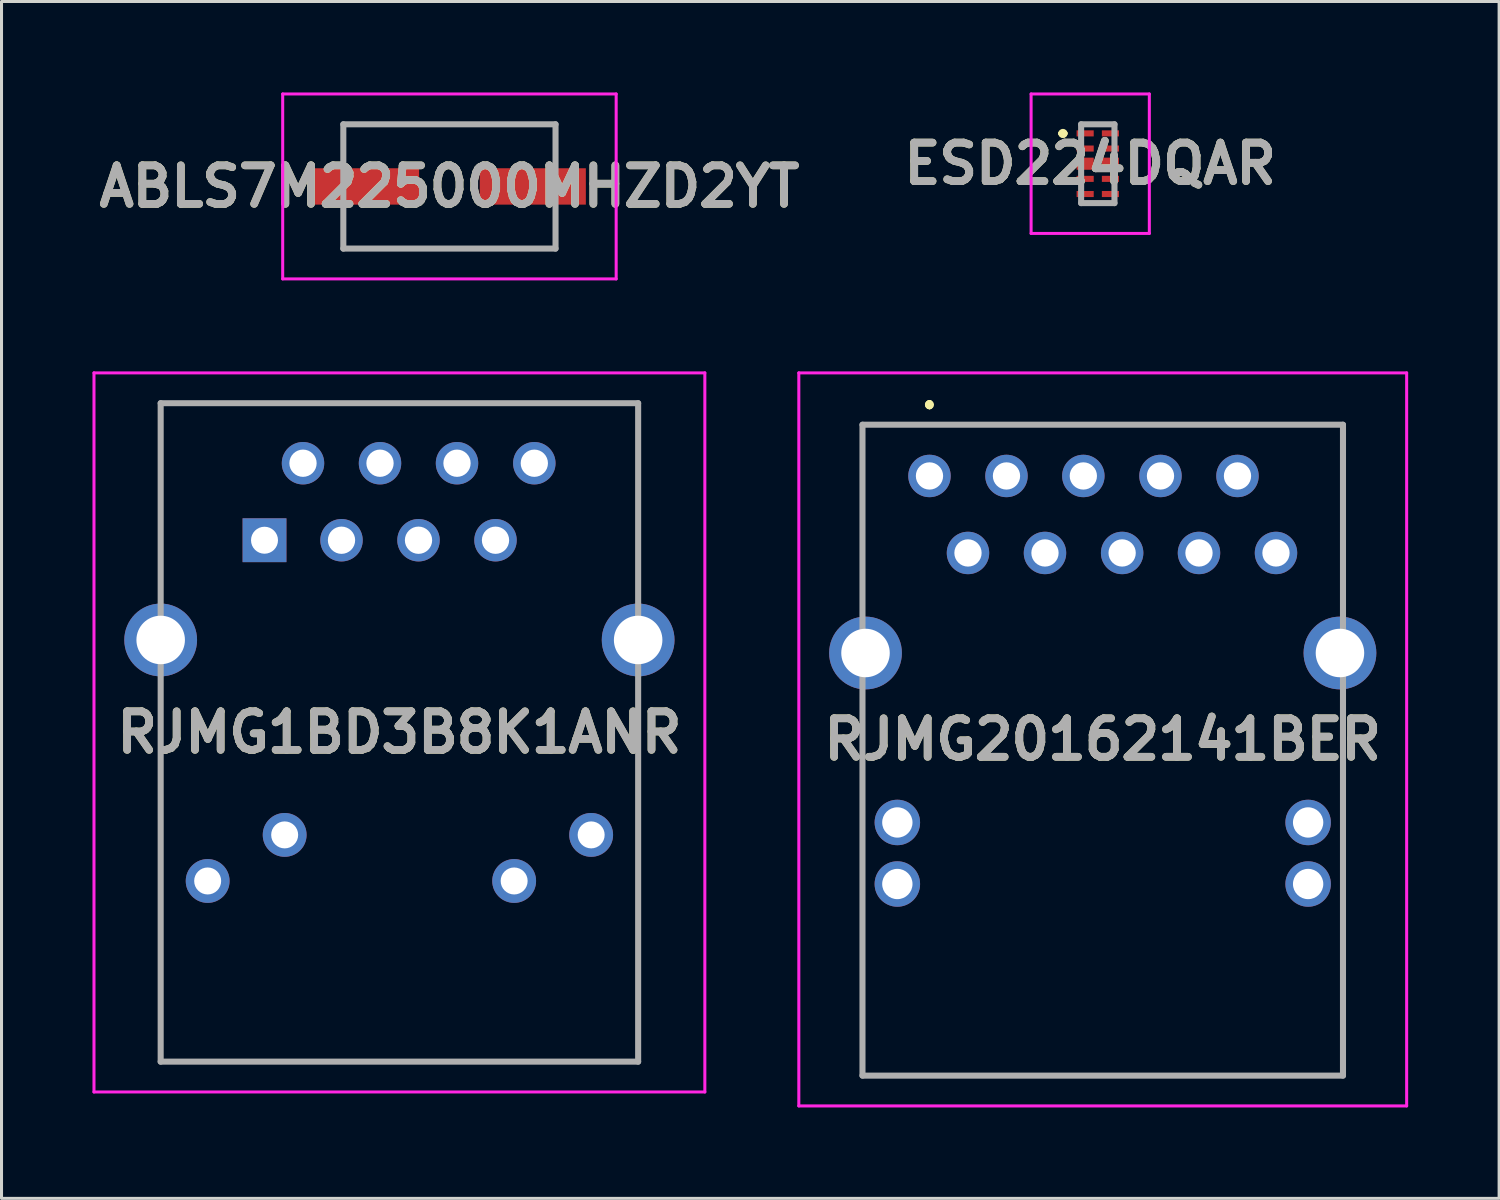
<source format=kicad_pcb>
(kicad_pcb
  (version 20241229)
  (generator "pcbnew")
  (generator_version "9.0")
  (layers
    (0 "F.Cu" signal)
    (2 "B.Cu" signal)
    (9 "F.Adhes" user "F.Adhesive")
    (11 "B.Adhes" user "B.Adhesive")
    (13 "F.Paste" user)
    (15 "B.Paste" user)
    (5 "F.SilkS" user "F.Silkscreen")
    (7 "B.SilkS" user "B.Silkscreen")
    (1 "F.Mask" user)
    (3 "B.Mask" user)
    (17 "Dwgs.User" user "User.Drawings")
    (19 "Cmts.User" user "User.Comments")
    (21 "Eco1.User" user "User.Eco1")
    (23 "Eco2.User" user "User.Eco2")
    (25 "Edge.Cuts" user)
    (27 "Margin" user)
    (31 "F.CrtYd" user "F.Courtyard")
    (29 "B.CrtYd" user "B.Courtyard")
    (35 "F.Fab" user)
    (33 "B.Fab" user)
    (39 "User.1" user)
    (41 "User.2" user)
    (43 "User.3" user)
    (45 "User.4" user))
  (footprint "ESD224DQAR"
    (layer "F.Cu")
    (at 33.162 2.35)
    (property "Reference" "ESD224DQAR" (at -0.25 0 0) (layer "F.SilkS") (effects (font (size 1.27 1.27) (thickness 0.254))))
    (attr smd)
    (fp_line (start -1.2 -1) (end -1.2 -1) (stroke (width 0.2) (type solid)) (layer "F.SilkS"))
    (fp_line (start -1.2 -1) (end -1.2 -1) (stroke (width 0.2) (type solid)) (layer "F.SilkS"))
    (fp_line (start -1.1 -1) (end -1.1 -1) (stroke (width 0.2) (type solid)) (layer "F.SilkS"))
    (fp_arc (start -1.2 -1) (mid -1.15 -1.05) (end -1.1 -1) (stroke (width 0.2) (type solid)) (layer "F.SilkS"))
    (fp_arc (start -1.1 -1) (mid -1.15 -0.95) (end -1.2 -1) (stroke (width 0.2) (type solid)) (layer "F.SilkS"))
    (fp_arc (start -1.1 -1) (mid -1.15 -0.95) (end -1.2 -1) (stroke (width 0.2) (type solid)) (layer "F.SilkS"))
    (fp_line (start -2.2 -2.3) (end 1.7 -2.3) (stroke (width 0.1) (type solid)) (layer "F.CrtYd"))
    (fp_line (start -2.2 2.3) (end -2.2 -2.3) (stroke (width 0.1) (type solid)) (layer "F.CrtYd"))
    (fp_line (start 1.7 -2.3) (end 1.7 2.3) (stroke (width 0.1) (type solid)) (layer "F.CrtYd"))
    (fp_line (start 1.7 2.3) (end -2.2 2.3) (stroke (width 0.1) (type solid)) (layer "F.CrtYd"))
    (fp_line (start -0.55 -1.3) (end -0.55 1.3) (stroke (width 0.2) (type solid)) (layer "F.Fab"))
    (fp_line (start -0.55 1.3) (end 0.55 1.3) (stroke (width 0.2) (type solid)) (layer "F.Fab"))
    (fp_line (start 0.55 -1.3) (end -0.55 -1.3) (stroke (width 0.2) (type solid)) (layer "F.Fab"))
    (fp_line (start 0.55 1.3) (end 0.55 -1.3) (stroke (width 0.2) (type solid)) (layer "F.Fab"))
    (fp_text user "${REFERENCE}" (at -0.25 0 0) (layer "F.Fab") (effects (font (size 1.27 1.27) (thickness 0.254))))
    (pad "1" smd rect (at -0.417 -1 90) (size 0.2 0.565) (layers "F.Cu" "F.Mask" "F.Paste"))
    (pad "2" smd rect (at -0.417 -0.5 90) (size 0.2 0.565) (layers "F.Cu" "F.Mask" "F.Paste"))
    (pad "3" smd rect (at -0.417 0 90) (size 0.4 0.565) (layers "F.Cu" "F.Mask" "F.Paste"))
    (pad "4" smd rect (at -0.417 0.5 90) (size 0.2 0.565) (layers "F.Cu" "F.Mask" "F.Paste"))
    (pad "5" smd rect (at -0.417 1 90) (size 0.2 0.565) (layers "F.Cu" "F.Mask" "F.Paste"))
    (pad "6" smd rect (at 0.417 1 90) (size 0.2 0.565) (layers "F.Cu" "F.Mask" "F.Paste"))
    (pad "7" smd rect (at 0.417 0.5 90) (size 0.2 0.565) (layers "F.Cu" "F.Mask" "F.Paste"))
    (pad "8" smd rect (at 0.417 0 90) (size 0.4 0.565) (layers "F.Cu" "F.Mask" "F.Paste"))
    (pad "9" smd rect (at 0.417 -0.5 90) (size 0.2 0.565) (layers "F.Cu" "F.Mask" "F.Paste"))
    (pad "10" smd rect (at 0.417 -1 90) (size 0.2 0.565) (layers "F.Cu" "F.Mask" "F.Paste")))
  (footprint "RJMG20162141BER"
    (layer "F.Cu")
    (at 27.61 12.65)
    (property "Reference" "RJMG20162141BER" (at 5.715 8.69 0) (layer "F.SilkS") (effects (font (size 1.27 1.27) (thickness 0.254))))
    (attr through_hole)
    (fp_line (start -2.21 -1.69) (end -2.21 -1.69) (stroke (width 0.1) (type solid)) (layer "F.SilkS"))
    (fp_line (start -2.21 -1.69) (end -2.21 -1.69) (stroke (width 0.1) (type solid)) (layer "F.SilkS"))
    (fp_line (start -2.21 -1.69) (end -2.21 4) (stroke (width 0.1) (type solid)) (layer "F.SilkS"))
    (fp_line (start -2.21 -1.69) (end 13.64 -1.69) (stroke (width 0.1) (type solid)) (layer "F.SilkS"))
    (fp_line (start -2.21 4) (end -2.21 -1.69) (stroke (width 0.1) (type solid)) (layer "F.SilkS"))
    (fp_line (start -2.21 4) (end -2.21 4) (stroke (width 0.1) (type solid)) (layer "F.SilkS"))
    (fp_line (start -2.21 7.75) (end -2.21 7.75) (stroke (width 0.1) (type solid)) (layer "F.SilkS"))
    (fp_line (start -2.21 7.75) (end -2.21 10.25) (stroke (width 0.1) (type solid)) (layer "F.SilkS"))
    (fp_line (start -2.21 10.25) (end -2.21 7.75) (stroke (width 0.1) (type solid)) (layer "F.SilkS"))
    (fp_line (start -2.21 10.25) (end -2.21 10.25) (stroke (width 0.1) (type solid)) (layer "F.SilkS"))
    (fp_line (start -2.21 14.75) (end -2.21 14.75) (stroke (width 0.1) (type solid)) (layer "F.SilkS"))
    (fp_line (start -2.21 14.75) (end -2.21 19.78) (stroke (width 0.1) (type solid)) (layer "F.SilkS"))
    (fp_line (start -2.21 19.78) (end -2.21 14.75) (stroke (width 0.1) (type solid)) (layer "F.SilkS"))
    (fp_line (start -2.21 19.78) (end -2.21 19.78) (stroke (width 0.1) (type solid)) (layer "F.SilkS"))
    (fp_line (start -2.21 19.78) (end -2.21 19.78) (stroke (width 0.1) (type solid)) (layer "F.SilkS"))
    (fp_line (start -2.21 19.78) (end 13.64 19.78) (stroke (width 0.1) (type solid)) (layer "F.SilkS"))
    (fp_line (start 0 -2.4) (end 0 -2.4) (stroke (width 0.2) (type solid)) (layer "F.SilkS"))
    (fp_line (start 0 -2.4) (end 0 -2.4) (stroke (width 0.2) (type solid)) (layer "F.SilkS"))
    (fp_line (start 0 -2.3) (end 0 -2.3) (stroke (width 0.2) (type solid)) (layer "F.SilkS"))
    (fp_line (start 13.64 -1.69) (end -2.21 -1.69) (stroke (width 0.1) (type solid)) (layer "F.SilkS"))
    (fp_line (start 13.64 -1.69) (end 13.64 -1.69) (stroke (width 0.1) (type solid)) (layer "F.SilkS"))
    (fp_line (start 13.64 -1.69) (end 13.64 -1.69) (stroke (width 0.1) (type solid)) (layer "F.SilkS"))
    (fp_line (start 13.64 -1.69) (end 13.64 4) (stroke (width 0.1) (type solid)) (layer "F.SilkS"))
    (fp_line (start 13.64 4) (end 13.64 -1.69) (stroke (width 0.1) (type solid)) (layer "F.SilkS"))
    (fp_line (start 13.64 4) (end 13.64 4) (stroke (width 0.1) (type solid)) (layer "F.SilkS"))
    (fp_line (start 13.64 7.75) (end 13.64 7.75) (stroke (width 0.1) (type solid)) (layer "F.SilkS"))
    (fp_line (start 13.64 7.75) (end 13.64 10.25) (stroke (width 0.1) (type solid)) (layer "F.SilkS"))
    (fp_line (start 13.64 10.25) (end 13.64 7.75) (stroke (width 0.1) (type solid)) (layer "F.SilkS"))
    (fp_line (start 13.64 10.25) (end 13.64 10.25) (stroke (width 0.1) (type solid)) (layer "F.SilkS"))
    (fp_line (start 13.64 14.75) (end 13.64 14.75) (stroke (width 0.1) (type solid)) (layer "F.SilkS"))
    (fp_line (start 13.64 14.75) (end 13.64 19.78) (stroke (width 0.1) (type solid)) (layer "F.SilkS"))
    (fp_line (start 13.64 19.78) (end -2.21 19.78) (stroke (width 0.1) (type solid)) (layer "F.SilkS"))
    (fp_line (start 13.64 19.78) (end 13.64 14.75) (stroke (width 0.1) (type solid)) (layer "F.SilkS"))
    (fp_line (start 13.64 19.78) (end 13.64 19.78) (stroke (width 0.1) (type solid)) (layer "F.SilkS"))
    (fp_line (start 13.64 19.78) (end 13.64 19.78) (stroke (width 0.1) (type solid)) (layer "F.SilkS"))
    (fp_arc (start 0 -2.4) (mid 0.05 -2.35) (end 0 -2.3) (stroke (width 0.2) (type solid)) (layer "F.SilkS"))
    (fp_arc (start 0 -2.3) (mid -0.05 -2.35) (end 0 -2.4) (stroke (width 0.2) (type solid)) (layer "F.SilkS"))
    (fp_arc (start 0 -2.3) (mid -0.05 -2.35) (end 0 -2.4) (stroke (width 0.2) (type solid)) (layer "F.SilkS"))
    (fp_line (start -4.31 -3.4) (end 15.74 -3.4) (stroke (width 0.1) (type solid)) (layer "F.CrtYd"))
    (fp_line (start -4.31 20.78) (end -4.31 -3.4) (stroke (width 0.1) (type solid)) (layer "F.CrtYd"))
    (fp_line (start 15.74 -3.4) (end 15.74 20.78) (stroke (width 0.1) (type solid)) (layer "F.CrtYd"))
    (fp_line (start 15.74 20.78) (end -4.31 20.78) (stroke (width 0.1) (type solid)) (layer "F.CrtYd"))
    (fp_line (start -2.21 -1.69) (end -2.21 19.78) (stroke (width 0.2) (type solid)) (layer "F.Fab"))
    (fp_line (start -2.21 19.78) (end 13.64 19.78) (stroke (width 0.2) (type solid)) (layer "F.Fab"))
    (fp_line (start 13.64 -1.69) (end -2.21 -1.69) (stroke (width 0.2) (type solid)) (layer "F.Fab"))
    (fp_line (start 13.64 19.78) (end 13.64 -1.69) (stroke (width 0.2) (type solid)) (layer "F.Fab"))
    (fp_text user "${REFERENCE}" (at 5.715 8.69 0) (layer "F.Fab") (effects (font (size 1.27 1.27) (thickness 0.254))))
    (pad "" np_thru_hole circle (at 0 8.89) (size 0.001 0.001) (drill 3.25) (layers "*.Cu" "*.Mask"))
    (pad "" np_thru_hole circle (at 11.43 8.89) (size 0.001 0.001) (drill 3.25) (layers "*.Cu" "*.Mask"))
    (pad "1" thru_hole circle (at 0 0) (size 1.4 1.4) (drill 0.9) (layers "*.Cu" "*.Mask"))
    (pad "2" thru_hole circle (at 1.27 2.54) (size 1.4 1.4) (drill 0.9) (layers "*.Cu" "*.Mask"))
    (pad "3" thru_hole circle (at 2.54 0) (size 1.4 1.4) (drill 0.9) (layers "*.Cu" "*.Mask"))
    (pad "4" thru_hole circle (at 3.81 2.54) (size 1.4 1.4) (drill 0.9) (layers "*.Cu" "*.Mask"))
    (pad "5" thru_hole circle (at 5.075 0) (size 1.4 1.4) (drill 0.9) (layers "*.Cu" "*.Mask"))
    (pad "6" thru_hole circle (at 6.355 2.54) (size 1.4 1.4) (drill 0.9) (layers "*.Cu" "*.Mask"))
    (pad "7" thru_hole circle (at 7.62 0) (size 1.4 1.4) (drill 0.9) (layers "*.Cu" "*.Mask"))
    (pad "8" thru_hole circle (at 8.89 2.54) (size 1.4 1.4) (drill 0.9) (layers "*.Cu" "*.Mask"))
    (pad "9" thru_hole circle (at 10.16 0) (size 1.4 1.4) (drill 0.9) (layers "*.Cu" "*.Mask"))
    (pad "10" thru_hole circle (at 11.43 2.54) (size 1.4 1.4) (drill 0.9) (layers "*.Cu" "*.Mask"))
    (pad "11" thru_hole circle (at -1.06 11.43) (size 1.5 1.5) (drill 1) (layers "*.Cu" "*.Mask"))
    (pad "12" thru_hole circle (at -1.06 13.46) (size 1.5 1.5) (drill 1) (layers "*.Cu" "*.Mask"))
    (pad "13" thru_hole circle (at 12.49 11.43) (size 1.5 1.5) (drill 1) (layers "*.Cu" "*.Mask"))
    (pad "14" thru_hole circle (at 12.49 13.46) (size 1.5 1.5) (drill 1) (layers "*.Cu" "*.Mask"))
    (pad "MH1" thru_hole circle (at -2.11 5.84) (size 2.4 2.4) (drill 1.6) (layers "*.Cu" "*.Mask"))
    (pad "MH2" thru_hole circle (at 13.54 5.84) (size 2.4 2.4) (drill 1.6) (layers "*.Cu" "*.Mask")))
  (footprint "RJMG1BD3B8K1ANR"
    (layer "F.Cu")
    (at 5.675 14.77)
    (property "Reference" "RJMG1BD3B8K1ANR" (at 4.45 6.34 0) (layer "F.SilkS") (effects (font (size 1.27 1.27) (thickness 0.254))))
    (attr through_hole)
    (fp_line (start -3.425 -4.5) (end 12.325 -4.5) (stroke (width 0.1) (type solid)) (layer "F.SilkS"))
    (fp_line (start -3.425 1.7) (end -3.425 -4.5) (stroke (width 0.1) (type solid)) (layer "F.SilkS"))
    (fp_line (start -3.425 5) (end -3.425 17.2) (stroke (width 0.1) (type solid)) (layer "F.SilkS"))
    (fp_line (start -3.425 17.2) (end 12.325 17.2) (stroke (width 0.1) (type solid)) (layer "F.SilkS"))
    (fp_line (start 12.325 -4.5) (end 12.325 1.7) (stroke (width 0.1) (type solid)) (layer "F.SilkS"))
    (fp_line (start 12.325 17.2) (end 12.325 5) (stroke (width 0.1) (type solid)) (layer "F.SilkS"))
    (fp_line (start -5.625 -5.52) (end 14.525 -5.52) (stroke (width 0.1) (type solid)) (layer "F.CrtYd"))
    (fp_line (start -5.625 18.2) (end -5.625 -5.52) (stroke (width 0.1) (type solid)) (layer "F.CrtYd"))
    (fp_line (start 14.525 -5.52) (end 14.525 18.2) (stroke (width 0.1) (type solid)) (layer "F.CrtYd"))
    (fp_line (start 14.525 18.2) (end -5.625 18.2) (stroke (width 0.1) (type solid)) (layer "F.CrtYd"))
    (fp_line (start -3.425 -4.52) (end -3.425 17.2) (stroke (width 0.2) (type solid)) (layer "F.Fab"))
    (fp_line (start -3.425 17.2) (end 12.325 17.2) (stroke (width 0.2) (type solid)) (layer "F.Fab"))
    (fp_line (start 12.325 -4.52) (end -3.425 -4.52) (stroke (width 0.2) (type solid)) (layer "F.Fab"))
    (fp_line (start 12.325 17.2) (end 12.325 -4.52) (stroke (width 0.2) (type solid)) (layer "F.Fab"))
    (fp_text user "${REFERENCE}" (at 4.45 6.34 0) (layer "F.Fab") (effects (font (size 1.27 1.27) (thickness 0.254))))
    (pad "" np_thru_hole circle (at -1.265 6.34) (size 0.001 0.001) (drill 3.25) (layers "*.Cu" "*.Mask"))
    (pad "" np_thru_hole circle (at 10.165 6.34) (size 0.001 0.001) (drill 3.25) (layers "*.Cu" "*.Mask"))
    (pad "L1" thru_hole circle (at 10.775 9.72) (size 1.446 1.446) (drill 0.89) (layers "*.Cu" "*.Mask"))
    (pad "L2" thru_hole circle (at 8.235 11.24) (size 1.446 1.446) (drill 0.89) (layers "*.Cu" "*.Mask"))
    (pad "L3" thru_hole circle (at 0.665 9.72) (size 1.446 1.446) (drill 0.89) (layers "*.Cu" "*.Mask"))
    (pad "L4" thru_hole circle (at -1.875 11.24) (size 1.446 1.446) (drill 0.89) (layers "*.Cu" "*.Mask"))
    (pad "MH1" thru_hole circle (at -3.425 3.29) (size 2.4 2.4) (drill 1.6) (layers "*.Cu" "*.Mask"))
    (pad "MH2" thru_hole circle (at 12.325 3.29) (size 2.4 2.4) (drill 1.6) (layers "*.Cu" "*.Mask"))
    (pad "R1" thru_hole rect (at 0 0) (size 1.446 1.446) (drill 0.89) (layers "*.Cu" "*.Mask"))
    (pad "R2" thru_hole circle (at 1.27 -2.54) (size 1.4 1.4) (drill 0.9) (layers "*.Cu" "*.Mask"))
    (pad "R3" thru_hole circle (at 2.54 0) (size 1.4 1.4) (drill 0.9) (layers "*.Cu" "*.Mask"))
    (pad "R4" thru_hole circle (at 3.81 -2.54) (size 1.4 1.4) (drill 0.9) (layers "*.Cu" "*.Mask"))
    (pad "R5" thru_hole circle (at 5.08 0) (size 1.4 1.4) (drill 0.9) (layers "*.Cu" "*.Mask"))
    (pad "R6" thru_hole circle (at 6.35 -2.54) (size 1.4 1.4) (drill 0.9) (layers "*.Cu" "*.Mask"))
    (pad "R7" thru_hole circle (at 7.62 0) (size 1.4 1.4) (drill 0.9) (layers "*.Cu" "*.Mask"))
    (pad "R8" thru_hole circle (at 8.9 -2.54) (size 1.4 1.4) (drill 0.9) (layers "*.Cu" "*.Mask")))
  (footprint "ABLS7M225000MHZD2YT"
    (layer "F.Cu")
    (at 11.775 3.1)
    (property "Reference" "ABLS7M225000MHZD2YT" (at 0 0 0) (layer "F.SilkS") (effects (font (size 1.27 1.27) (thickness 0.254))))
    (attr smd)
    (fp_line (start -3.5 -2.05) (end 3.5 -2.05) (stroke (width 0.1) (type solid)) (layer "F.SilkS"))
    (fp_line (start -3.5 -1) (end -3.5 -2.05) (stroke (width 0.1) (type solid)) (layer "F.SilkS"))
    (fp_line (start -3.5 1) (end -3.5 2.05) (stroke (width 0.1) (type solid)) (layer "F.SilkS"))
    (fp_line (start -3.5 2.05) (end 3.5 2.05) (stroke (width 0.1) (type solid)) (layer "F.SilkS"))
    (fp_line (start 3.5 -2.05) (end 3.5 -1) (stroke (width 0.1) (type solid)) (layer "F.SilkS"))
    (fp_line (start 3.5 2.05) (end 3.5 1) (stroke (width 0.1) (type solid)) (layer "F.SilkS"))
    (fp_line (start -5.5 -3.05) (end 5.5 -3.05) (stroke (width 0.1) (type solid)) (layer "F.CrtYd"))
    (fp_line (start -5.5 3.05) (end -5.5 -3.05) (stroke (width 0.1) (type solid)) (layer "F.CrtYd"))
    (fp_line (start 5.5 -3.05) (end 5.5 3.05) (stroke (width 0.1) (type solid)) (layer "F.CrtYd"))
    (fp_line (start 5.5 3.05) (end -5.5 3.05) (stroke (width 0.1) (type solid)) (layer "F.CrtYd"))
    (fp_line (start -3.5 -2.05) (end 3.5 -2.05) (stroke (width 0.2) (type solid)) (layer "F.Fab"))
    (fp_line (start -3.5 2.05) (end -3.5 -2.05) (stroke (width 0.2) (type solid)) (layer "F.Fab"))
    (fp_line (start 3.5 -2.05) (end 3.5 2.05) (stroke (width 0.2) (type solid)) (layer "F.Fab"))
    (fp_line (start 3.5 2.05) (end -3.5 2.05) (stroke (width 0.2) (type solid)) (layer "F.Fab"))
    (fp_text user "${REFERENCE}" (at 0 0 0) (layer "F.Fab") (effects (font (size 1.27 1.27) (thickness 0.254))))
    (pad "1" smd rect (at -2.75 0 90) (size 1.2 3.5) (layers "F.Cu" "F.Mask" "F.Paste"))
    (pad "2" smd rect (at 2.75 0 90) (size 1.2 3.5) (layers "F.Cu" "F.Mask" "F.Paste")))
  (gr_rect
    (start -3 -3)
    (end 46.4 36.48)
    (stroke (width 0.1) (type default))
    (fill no)
    (layer "Edge.Cuts")))
</source>
